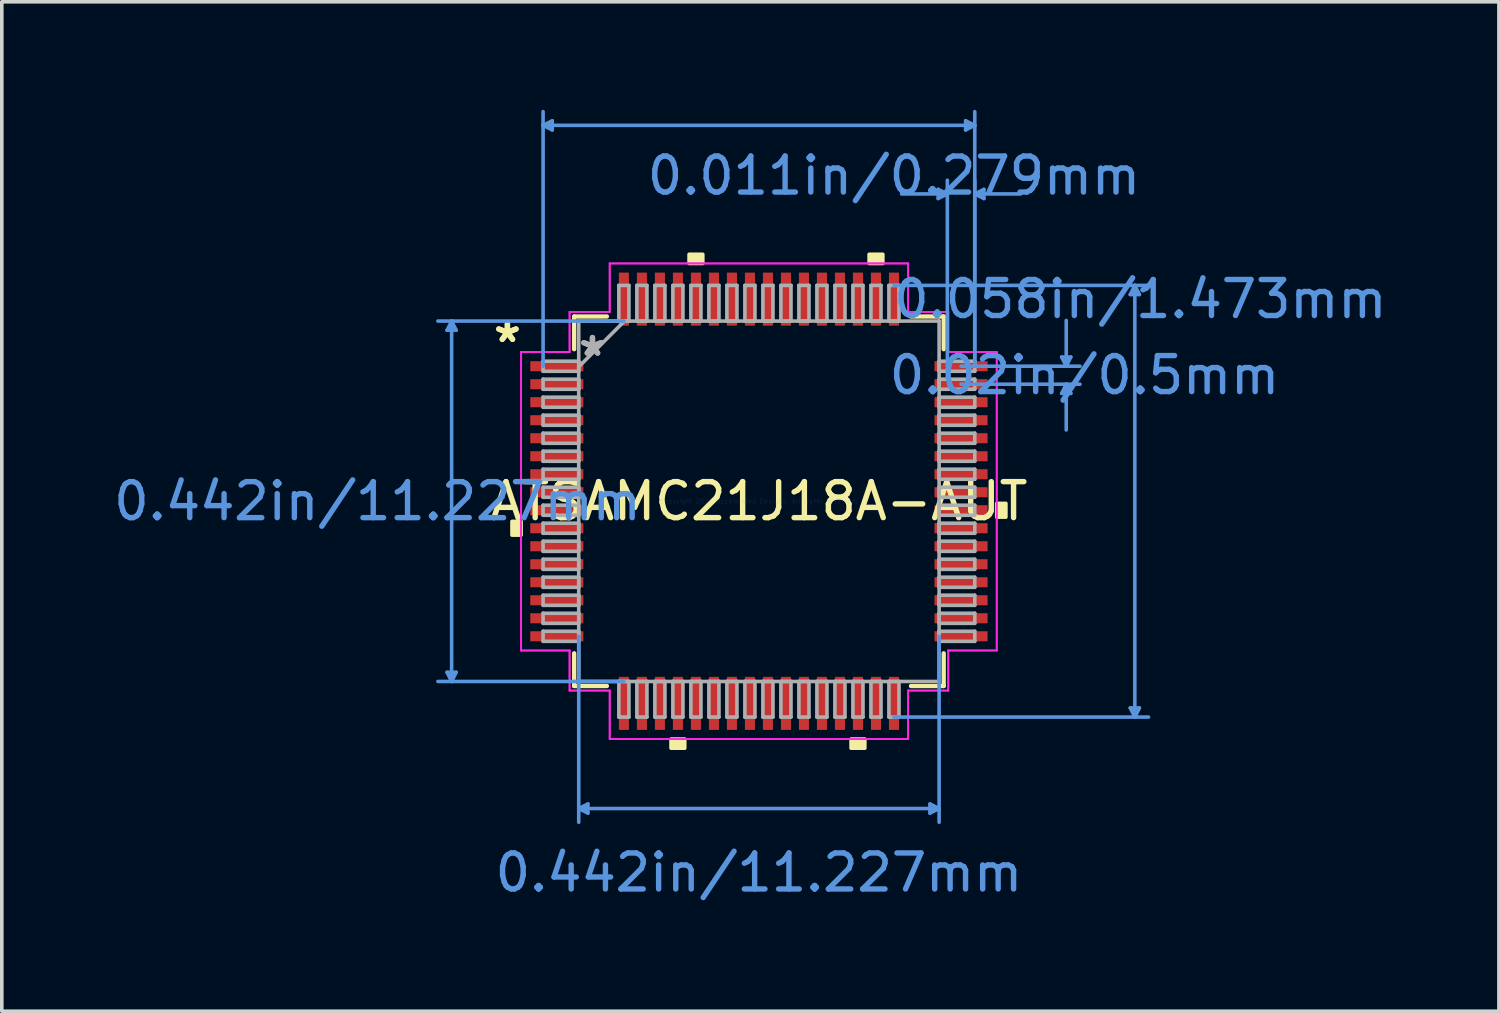
<source format=kicad_pcb>
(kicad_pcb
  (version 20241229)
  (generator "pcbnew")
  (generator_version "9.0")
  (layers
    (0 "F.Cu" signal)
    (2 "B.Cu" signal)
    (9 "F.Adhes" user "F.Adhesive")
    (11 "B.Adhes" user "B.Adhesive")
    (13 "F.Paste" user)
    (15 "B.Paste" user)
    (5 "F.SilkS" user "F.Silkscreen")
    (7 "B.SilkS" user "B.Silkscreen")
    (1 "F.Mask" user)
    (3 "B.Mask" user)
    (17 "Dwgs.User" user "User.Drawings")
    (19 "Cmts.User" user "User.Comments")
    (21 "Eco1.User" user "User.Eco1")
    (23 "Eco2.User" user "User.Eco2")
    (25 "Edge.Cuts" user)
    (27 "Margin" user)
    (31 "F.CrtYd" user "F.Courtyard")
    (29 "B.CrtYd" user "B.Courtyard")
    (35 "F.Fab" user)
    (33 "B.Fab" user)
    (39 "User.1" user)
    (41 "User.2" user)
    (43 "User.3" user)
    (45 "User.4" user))
  (footprint "ATSAMC21J18A-AUT"
    (layer "F.Cu")
    (at 18.026 10.87)
    (property "Reference" "ATSAMC21J18A-AUT" (at 0 0 0) (layer "F.SilkS") (effects (font (size 1 1) (thickness 0.15))))
    (attr through_hole)
    (fp_line (start -5.131 -5.131) (end -5.131 -4.222) (stroke (width 0.12) (type solid)) (layer "F.SilkS"))
    (fp_line (start -5.131 4.222) (end -5.131 5.131) (stroke (width 0.12) (type solid)) (layer "F.SilkS"))
    (fp_line (start -5.131 5.131) (end -4.222 5.131) (stroke (width 0.12) (type solid)) (layer "F.SilkS"))
    (fp_line (start -4.222 -5.131) (end -5.131 -5.131) (stroke (width 0.12) (type solid)) (layer "F.SilkS"))
    (fp_line (start 4.222 5.131) (end 5.131 5.131) (stroke (width 0.12) (type solid)) (layer "F.SilkS"))
    (fp_line (start 5.131 -5.131) (end 4.222 -5.131) (stroke (width 0.12) (type solid)) (layer "F.SilkS"))
    (fp_line (start 5.131 -4.222) (end 5.131 -5.131) (stroke (width 0.12) (type solid)) (layer "F.SilkS"))
    (fp_line (start 5.131 5.131) (end 5.131 4.222) (stroke (width 0.12) (type solid)) (layer "F.SilkS"))
    (fp_poly (pts (xy -6.858 0.56) (xy -6.858 0.941) (xy -6.604 0.941) (xy -6.604 0.56)) (stroke (width 0.1) (type solid)) (fill yes) (layer "F.SilkS"))
    (fp_poly (pts (xy -2.441 6.604) (xy -2.441 6.858) (xy -2.06 6.858) (xy -2.06 6.604)) (stroke (width 0.1) (type solid)) (fill yes) (layer "F.SilkS"))
    (fp_poly (pts (xy -1.94 -6.604) (xy -1.94 -6.858) (xy -1.559 -6.858) (xy -1.559 -6.604)) (stroke (width 0.1) (type solid)) (fill yes) (layer "F.SilkS"))
    (fp_poly (pts (xy 2.559 6.604) (xy 2.559 6.858) (xy 2.941 6.858) (xy 2.941 6.604)) (stroke (width 0.1) (type solid)) (fill yes) (layer "F.SilkS"))
    (fp_poly (pts (xy 3.06 -6.604) (xy 3.06 -6.858) (xy 3.441 -6.858) (xy 3.441 -6.604)) (stroke (width 0.1) (type solid)) (fill yes) (layer "F.SilkS"))
    (fp_poly (pts (xy 6.858 0.059) (xy 6.858 0.441) (xy 6.604 0.441) (xy 6.604 0.059)) (stroke (width 0.1) (type solid)) (fill yes) (layer "F.SilkS"))
    (fp_line (start -8.661 -4.75) (end -8.407 -4.75) (stroke (width 0.1) (type solid)) (layer "Cmts.User"))
    (fp_line (start -8.661 4.75) (end -8.407 4.75) (stroke (width 0.1) (type solid)) (layer "Cmts.User"))
    (fp_line (start -8.534 -5.004) (end -8.661 -4.75) (stroke (width 0.1) (type solid)) (layer "Cmts.User"))
    (fp_line (start -8.534 -5.004) (end -8.534 5.004) (stroke (width 0.1) (type solid)) (layer "Cmts.User"))
    (fp_line (start -8.534 -5.004) (end -8.407 -4.75) (stroke (width 0.1) (type solid)) (layer "Cmts.User"))
    (fp_line (start -8.534 5.004) (end -8.661 4.75) (stroke (width 0.1) (type solid)) (layer "Cmts.User"))
    (fp_line (start -8.534 5.004) (end -8.407 4.75) (stroke (width 0.1) (type solid)) (layer "Cmts.User"))
    (fp_line (start -5.994 -10.439) (end -5.74 -10.566) (stroke (width 0.1) (type solid)) (layer "Cmts.User"))
    (fp_line (start -5.994 -10.439) (end -5.74 -10.312) (stroke (width 0.1) (type solid)) (layer "Cmts.User"))
    (fp_line (start -5.994 -10.439) (end 5.994 -10.439) (stroke (width 0.1) (type solid)) (layer "Cmts.User"))
    (fp_line (start -5.994 -3.75) (end -5.994 -10.82) (stroke (width 0.1) (type solid)) (layer "Cmts.User"))
    (fp_line (start -5.74 -10.566) (end -5.74 -10.312) (stroke (width 0.1) (type solid)) (layer "Cmts.User"))
    (fp_line (start -5.004 3.75) (end -5.004 8.915) (stroke (width 0.1) (type solid)) (layer "Cmts.User"))
    (fp_line (start -5.004 8.534) (end -4.75 8.407) (stroke (width 0.1) (type solid)) (layer "Cmts.User"))
    (fp_line (start -5.004 8.534) (end -4.75 8.661) (stroke (width 0.1) (type solid)) (layer "Cmts.User"))
    (fp_line (start -5.004 8.534) (end 5.004 8.534) (stroke (width 0.1) (type solid)) (layer "Cmts.User"))
    (fp_line (start -4.75 8.407) (end -4.75 8.661) (stroke (width 0.1) (type solid)) (layer "Cmts.User"))
    (fp_line (start -3.75 -5.004) (end -8.915 -5.004) (stroke (width 0.1) (type solid)) (layer "Cmts.User"))
    (fp_line (start -3.75 5.004) (end -8.915 5.004) (stroke (width 0.1) (type solid)) (layer "Cmts.User"))
    (fp_line (start 3.75 -5.994) (end 10.82 -5.994) (stroke (width 0.1) (type solid)) (layer "Cmts.User"))
    (fp_line (start 3.75 5.994) (end 10.82 5.994) (stroke (width 0.1) (type solid)) (layer "Cmts.User"))
    (fp_line (start 4.75 8.407) (end 4.75 8.661) (stroke (width 0.1) (type solid)) (layer "Cmts.User"))
    (fp_line (start 4.978 -8.661) (end 4.978 -8.407) (stroke (width 0.1) (type solid)) (layer "Cmts.User"))
    (fp_line (start 5.004 3.75) (end 5.004 8.915) (stroke (width 0.1) (type solid)) (layer "Cmts.User"))
    (fp_line (start 5.004 8.534) (end 4.75 8.407) (stroke (width 0.1) (type solid)) (layer "Cmts.User"))
    (fp_line (start 5.004 8.534) (end 4.75 8.661) (stroke (width 0.1) (type solid)) (layer "Cmts.User"))
    (fp_line (start 5.232 -8.534) (end 3.962 -8.534) (stroke (width 0.1) (type solid)) (layer "Cmts.User"))
    (fp_line (start 5.232 -8.534) (end 4.978 -8.661) (stroke (width 0.1) (type solid)) (layer "Cmts.User"))
    (fp_line (start 5.232 -8.534) (end 4.978 -8.407) (stroke (width 0.1) (type solid)) (layer "Cmts.User"))
    (fp_line (start 5.232 -3.75) (end 5.232 -8.915) (stroke (width 0.1) (type solid)) (layer "Cmts.User"))
    (fp_line (start 5.613 -3.75) (end 8.915 -3.75) (stroke (width 0.1) (type solid)) (layer "Cmts.User"))
    (fp_line (start 5.613 -3.25) (end 8.915 -3.25) (stroke (width 0.1) (type solid)) (layer "Cmts.User"))
    (fp_line (start 5.74 -10.566) (end 5.74 -10.312) (stroke (width 0.1) (type solid)) (layer "Cmts.User"))
    (fp_line (start 5.994 -10.439) (end 5.74 -10.566) (stroke (width 0.1) (type solid)) (layer "Cmts.User"))
    (fp_line (start 5.994 -10.439) (end 5.74 -10.312) (stroke (width 0.1) (type solid)) (layer "Cmts.User"))
    (fp_line (start 5.994 -8.534) (end 6.248 -8.661) (stroke (width 0.1) (type solid)) (layer "Cmts.User"))
    (fp_line (start 5.994 -8.534) (end 6.248 -8.407) (stroke (width 0.1) (type solid)) (layer "Cmts.User"))
    (fp_line (start 5.994 -8.534) (end 7.264 -8.534) (stroke (width 0.1) (type solid)) (layer "Cmts.User"))
    (fp_line (start 5.994 -3.75) (end 5.994 -10.82) (stroke (width 0.1) (type solid)) (layer "Cmts.User"))
    (fp_line (start 5.994 -3.75) (end 5.994 -8.915) (stroke (width 0.1) (type solid)) (layer "Cmts.User"))
    (fp_line (start 6.248 -8.661) (end 6.248 -8.407) (stroke (width 0.1) (type solid)) (layer "Cmts.User"))
    (fp_line (start 8.407 -4.004) (end 8.661 -4.004) (stroke (width 0.1) (type solid)) (layer "Cmts.User"))
    (fp_line (start 8.407 -2.996) (end 8.661 -2.996) (stroke (width 0.1) (type solid)) (layer "Cmts.User"))
    (fp_line (start 8.534 -3.75) (end 8.407 -4.004) (stroke (width 0.1) (type solid)) (layer "Cmts.User"))
    (fp_line (start 8.534 -3.75) (end 8.534 -5.02) (stroke (width 0.1) (type solid)) (layer "Cmts.User"))
    (fp_line (start 8.534 -3.75) (end 8.661 -4.004) (stroke (width 0.1) (type solid)) (layer "Cmts.User"))
    (fp_line (start 8.534 -3.25) (end 8.407 -2.996) (stroke (width 0.1) (type solid)) (layer "Cmts.User"))
    (fp_line (start 8.534 -3.25) (end 8.534 -1.98) (stroke (width 0.1) (type solid)) (layer "Cmts.User"))
    (fp_line (start 8.534 -3.25) (end 8.661 -2.996) (stroke (width 0.1) (type solid)) (layer "Cmts.User"))
    (fp_line (start 10.312 -5.74) (end 10.566 -5.74) (stroke (width 0.1) (type solid)) (layer "Cmts.User"))
    (fp_line (start 10.312 5.74) (end 10.566 5.74) (stroke (width 0.1) (type solid)) (layer "Cmts.User"))
    (fp_line (start 10.439 -5.994) (end 10.312 -5.74) (stroke (width 0.1) (type solid)) (layer "Cmts.User"))
    (fp_line (start 10.439 -5.994) (end 10.439 5.994) (stroke (width 0.1) (type solid)) (layer "Cmts.User"))
    (fp_line (start 10.439 -5.994) (end 10.566 -5.74) (stroke (width 0.1) (type solid)) (layer "Cmts.User"))
    (fp_line (start 10.439 5.994) (end 10.312 5.74) (stroke (width 0.1) (type solid)) (layer "Cmts.User"))
    (fp_line (start 10.439 5.994) (end 10.566 5.74) (stroke (width 0.1) (type solid)) (layer "Cmts.User"))
    (fp_line (start -6.604 -4.144) (end -5.258 -4.144) (stroke (width 0.05) (type solid)) (layer "F.CrtYd"))
    (fp_line (start -6.604 -4.144) (end -5.258 -4.144) (stroke (width 0.05) (type solid)) (layer "F.CrtYd"))
    (fp_line (start -6.604 4.144) (end -6.604 -4.144) (stroke (width 0.05) (type solid)) (layer "F.CrtYd"))
    (fp_line (start -6.604 4.144) (end -6.604 -4.144) (stroke (width 0.05) (type solid)) (layer "F.CrtYd"))
    (fp_line (start -5.258 -5.258) (end -4.144 -5.258) (stroke (width 0.05) (type solid)) (layer "F.CrtYd"))
    (fp_line (start -5.258 -5.258) (end -4.144 -5.258) (stroke (width 0.05) (type solid)) (layer "F.CrtYd"))
    (fp_line (start -5.258 -4.144) (end -5.258 -5.258) (stroke (width 0.05) (type solid)) (layer "F.CrtYd"))
    (fp_line (start -5.258 -4.144) (end -5.258 -5.258) (stroke (width 0.05) (type solid)) (layer "F.CrtYd"))
    (fp_line (start -5.258 4.144) (end -6.604 4.144) (stroke (width 0.05) (type solid)) (layer "F.CrtYd"))
    (fp_line (start -5.258 4.144) (end -6.604 4.144) (stroke (width 0.05) (type solid)) (layer "F.CrtYd"))
    (fp_line (start -5.258 5.258) (end -5.258 4.144) (stroke (width 0.05) (type solid)) (layer "F.CrtYd"))
    (fp_line (start -5.258 5.258) (end -5.258 4.144) (stroke (width 0.05) (type solid)) (layer "F.CrtYd"))
    (fp_line (start -5.258 5.258) (end -4.144 5.258) (stroke (width 0.05) (type solid)) (layer "F.CrtYd"))
    (fp_line (start -4.144 -6.604) (end 4.144 -6.604) (stroke (width 0.05) (type solid)) (layer "F.CrtYd"))
    (fp_line (start -4.144 -6.604) (end 4.144 -6.604) (stroke (width 0.05) (type solid)) (layer "F.CrtYd"))
    (fp_line (start -4.144 -5.258) (end -4.144 -6.604) (stroke (width 0.05) (type solid)) (layer "F.CrtYd"))
    (fp_line (start -4.144 -5.258) (end -4.144 -6.604) (stroke (width 0.05) (type solid)) (layer "F.CrtYd"))
    (fp_line (start -4.144 5.258) (end -5.258 5.258) (stroke (width 0.05) (type solid)) (layer "F.CrtYd"))
    (fp_line (start -4.144 5.258) (end -4.144 6.604) (stroke (width 0.05) (type solid)) (layer "F.CrtYd"))
    (fp_line (start -4.144 6.604) (end -4.144 5.258) (stroke (width 0.05) (type solid)) (layer "F.CrtYd"))
    (fp_line (start -4.144 6.604) (end 4.144 6.604) (stroke (width 0.05) (type solid)) (layer "F.CrtYd"))
    (fp_line (start 4.144 -6.604) (end 4.144 -5.258) (stroke (width 0.05) (type solid)) (layer "F.CrtYd"))
    (fp_line (start 4.144 -6.604) (end 4.144 -5.258) (stroke (width 0.05) (type solid)) (layer "F.CrtYd"))
    (fp_line (start 4.144 -5.258) (end 5.258 -5.258) (stroke (width 0.05) (type solid)) (layer "F.CrtYd"))
    (fp_line (start 4.144 -5.258) (end 5.258 -5.258) (stroke (width 0.05) (type solid)) (layer "F.CrtYd"))
    (fp_line (start 4.144 5.258) (end 4.144 6.604) (stroke (width 0.05) (type solid)) (layer "F.CrtYd"))
    (fp_line (start 4.144 5.258) (end 5.258 5.258) (stroke (width 0.05) (type solid)) (layer "F.CrtYd"))
    (fp_line (start 4.144 6.604) (end -4.144 6.604) (stroke (width 0.05) (type solid)) (layer "F.CrtYd"))
    (fp_line (start 4.144 6.604) (end 4.144 5.258) (stroke (width 0.05) (type solid)) (layer "F.CrtYd"))
    (fp_line (start 5.258 -5.258) (end 5.258 -4.144) (stroke (width 0.05) (type solid)) (layer "F.CrtYd"))
    (fp_line (start 5.258 -4.144) (end 5.258 -5.258) (stroke (width 0.05) (type solid)) (layer "F.CrtYd"))
    (fp_line (start 5.258 -4.144) (end 6.604 -4.144) (stroke (width 0.05) (type solid)) (layer "F.CrtYd"))
    (fp_line (start 5.258 4.144) (end 5.258 5.258) (stroke (width 0.05) (type solid)) (layer "F.CrtYd"))
    (fp_line (start 5.258 4.144) (end 6.604 4.144) (stroke (width 0.05) (type solid)) (layer "F.CrtYd"))
    (fp_line (start 5.258 5.258) (end 4.144 5.258) (stroke (width 0.05) (type solid)) (layer "F.CrtYd"))
    (fp_line (start 5.258 5.258) (end 5.258 4.144) (stroke (width 0.05) (type solid)) (layer "F.CrtYd"))
    (fp_line (start 6.604 -4.144) (end 5.258 -4.144) (stroke (width 0.05) (type solid)) (layer "F.CrtYd"))
    (fp_line (start 6.604 -4.144) (end 6.604 4.144) (stroke (width 0.05) (type solid)) (layer "F.CrtYd"))
    (fp_line (start 6.604 4.144) (end 5.258 4.144) (stroke (width 0.05) (type solid)) (layer "F.CrtYd"))
    (fp_line (start 6.604 4.144) (end 6.604 -4.144) (stroke (width 0.05) (type solid)) (layer "F.CrtYd"))
    (fp_line (start -5.994 -3.89) (end -5.994 -3.61) (stroke (width 0.1) (type solid)) (layer "F.Fab"))
    (fp_line (start -5.994 -3.61) (end -5.004 -3.61) (stroke (width 0.1) (type solid)) (layer "F.Fab"))
    (fp_line (start -5.994 -3.39) (end -5.994 -3.11) (stroke (width 0.1) (type solid)) (layer "F.Fab"))
    (fp_line (start -5.994 -3.11) (end -5.004 -3.11) (stroke (width 0.1) (type solid)) (layer "F.Fab"))
    (fp_line (start -5.994 -2.89) (end -5.994 -2.61) (stroke (width 0.1) (type solid)) (layer "F.Fab"))
    (fp_line (start -5.994 -2.61) (end -5.004 -2.61) (stroke (width 0.1) (type solid)) (layer "F.Fab"))
    (fp_line (start -5.994 -2.39) (end -5.994 -2.11) (stroke (width 0.1) (type solid)) (layer "F.Fab"))
    (fp_line (start -5.994 -2.11) (end -5.004 -2.11) (stroke (width 0.1) (type solid)) (layer "F.Fab"))
    (fp_line (start -5.994 -1.89) (end -5.994 -1.61) (stroke (width 0.1) (type solid)) (layer "F.Fab"))
    (fp_line (start -5.994 -1.61) (end -5.004 -1.61) (stroke (width 0.1) (type solid)) (layer "F.Fab"))
    (fp_line (start -5.994 -1.39) (end -5.994 -1.11) (stroke (width 0.1) (type solid)) (layer "F.Fab"))
    (fp_line (start -5.994 -1.11) (end -5.004 -1.11) (stroke (width 0.1) (type solid)) (layer "F.Fab"))
    (fp_line (start -5.994 -0.89) (end -5.994 -0.61) (stroke (width 0.1) (type solid)) (layer "F.Fab"))
    (fp_line (start -5.994 -0.61) (end -5.004 -0.61) (stroke (width 0.1) (type solid)) (layer "F.Fab"))
    (fp_line (start -5.994 -0.39) (end -5.994 -0.11) (stroke (width 0.1) (type solid)) (layer "F.Fab"))
    (fp_line (start -5.994 -0.11) (end -5.004 -0.11) (stroke (width 0.1) (type solid)) (layer "F.Fab"))
    (fp_line (start -5.994 0.11) (end -5.994 0.39) (stroke (width 0.1) (type solid)) (layer "F.Fab"))
    (fp_line (start -5.994 0.39) (end -5.004 0.39) (stroke (width 0.1) (type solid)) (layer "F.Fab"))
    (fp_line (start -5.994 0.61) (end -5.994 0.89) (stroke (width 0.1) (type solid)) (layer "F.Fab"))
    (fp_line (start -5.994 0.89) (end -5.004 0.89) (stroke (width 0.1) (type solid)) (layer "F.Fab"))
    (fp_line (start -5.994 1.11) (end -5.994 1.39) (stroke (width 0.1) (type solid)) (layer "F.Fab"))
    (fp_line (start -5.994 1.39) (end -5.004 1.39) (stroke (width 0.1) (type solid)) (layer "F.Fab"))
    (fp_line (start -5.994 1.61) (end -5.994 1.89) (stroke (width 0.1) (type solid)) (layer "F.Fab"))
    (fp_line (start -5.994 1.89) (end -5.004 1.89) (stroke (width 0.1) (type solid)) (layer "F.Fab"))
    (fp_line (start -5.994 2.11) (end -5.994 2.39) (stroke (width 0.1) (type solid)) (layer "F.Fab"))
    (fp_line (start -5.994 2.39) (end -5.004 2.39) (stroke (width 0.1) (type solid)) (layer "F.Fab"))
    (fp_line (start -5.994 2.61) (end -5.994 2.89) (stroke (width 0.1) (type solid)) (layer "F.Fab"))
    (fp_line (start -5.994 2.89) (end -5.004 2.89) (stroke (width 0.1) (type solid)) (layer "F.Fab"))
    (fp_line (start -5.994 3.11) (end -5.994 3.39) (stroke (width 0.1) (type solid)) (layer "F.Fab"))
    (fp_line (start -5.994 3.39) (end -5.004 3.39) (stroke (width 0.1) (type solid)) (layer "F.Fab"))
    (fp_line (start -5.994 3.61) (end -5.994 3.89) (stroke (width 0.1) (type solid)) (layer "F.Fab"))
    (fp_line (start -5.994 3.89) (end -5.004 3.89) (stroke (width 0.1) (type solid)) (layer "F.Fab"))
    (fp_line (start -5.004 -5.004) (end -5.004 -5.004) (stroke (width 0.1) (type solid)) (layer "F.Fab"))
    (fp_line (start -5.004 -5.004) (end -5.004 5.004) (stroke (width 0.1) (type solid)) (layer "F.Fab"))
    (fp_line (start -5.004 -3.89) (end -5.994 -3.89) (stroke (width 0.1) (type solid)) (layer "F.Fab"))
    (fp_line (start -5.004 -3.734) (end -3.734 -5.004) (stroke (width 0.1) (type solid)) (layer "F.Fab"))
    (fp_line (start -5.004 -3.61) (end -5.004 -3.89) (stroke (width 0.1) (type solid)) (layer "F.Fab"))
    (fp_line (start -5.004 -3.39) (end -5.994 -3.39) (stroke (width 0.1) (type solid)) (layer "F.Fab"))
    (fp_line (start -5.004 -3.11) (end -5.004 -3.39) (stroke (width 0.1) (type solid)) (layer "F.Fab"))
    (fp_line (start -5.004 -2.89) (end -5.994 -2.89) (stroke (width 0.1) (type solid)) (layer "F.Fab"))
    (fp_line (start -5.004 -2.61) (end -5.004 -2.89) (stroke (width 0.1) (type solid)) (layer "F.Fab"))
    (fp_line (start -5.004 -2.39) (end -5.994 -2.39) (stroke (width 0.1) (type solid)) (layer "F.Fab"))
    (fp_line (start -5.004 -2.11) (end -5.004 -2.39) (stroke (width 0.1) (type solid)) (layer "F.Fab"))
    (fp_line (start -5.004 -1.89) (end -5.994 -1.89) (stroke (width 0.1) (type solid)) (layer "F.Fab"))
    (fp_line (start -5.004 -1.61) (end -5.004 -1.89) (stroke (width 0.1) (type solid)) (layer "F.Fab"))
    (fp_line (start -5.004 -1.39) (end -5.994 -1.39) (stroke (width 0.1) (type solid)) (layer "F.Fab"))
    (fp_line (start -5.004 -1.11) (end -5.004 -1.39) (stroke (width 0.1) (type solid)) (layer "F.Fab"))
    (fp_line (start -5.004 -0.89) (end -5.994 -0.89) (stroke (width 0.1) (type solid)) (layer "F.Fab"))
    (fp_line (start -5.004 -0.61) (end -5.004 -0.89) (stroke (width 0.1) (type solid)) (layer "F.Fab"))
    (fp_line (start -5.004 -0.39) (end -5.994 -0.39) (stroke (width 0.1) (type solid)) (layer "F.Fab"))
    (fp_line (start -5.004 -0.11) (end -5.004 -0.39) (stroke (width 0.1) (type solid)) (layer "F.Fab"))
    (fp_line (start -5.004 0.11) (end -5.994 0.11) (stroke (width 0.1) (type solid)) (layer "F.Fab"))
    (fp_line (start -5.004 0.39) (end -5.004 0.11) (stroke (width 0.1) (type solid)) (layer "F.Fab"))
    (fp_line (start -5.004 0.61) (end -5.994 0.61) (stroke (width 0.1) (type solid)) (layer "F.Fab"))
    (fp_line (start -5.004 0.89) (end -5.004 0.61) (stroke (width 0.1) (type solid)) (layer "F.Fab"))
    (fp_line (start -5.004 1.11) (end -5.994 1.11) (stroke (width 0.1) (type solid)) (layer "F.Fab"))
    (fp_line (start -5.004 1.39) (end -5.004 1.11) (stroke (width 0.1) (type solid)) (layer "F.Fab"))
    (fp_line (start -5.004 1.61) (end -5.994 1.61) (stroke (width 0.1) (type solid)) (layer "F.Fab"))
    (fp_line (start -5.004 1.89) (end -5.004 1.61) (stroke (width 0.1) (type solid)) (layer "F.Fab"))
    (fp_line (start -5.004 2.11) (end -5.994 2.11) (stroke (width 0.1) (type solid)) (layer "F.Fab"))
    (fp_line (start -5.004 2.39) (end -5.004 2.11) (stroke (width 0.1) (type solid)) (layer "F.Fab"))
    (fp_line (start -5.004 2.61) (end -5.994 2.61) (stroke (width 0.1) (type solid)) (layer "F.Fab"))
    (fp_line (start -5.004 2.89) (end -5.004 2.61) (stroke (width 0.1) (type solid)) (layer "F.Fab"))
    (fp_line (start -5.004 3.11) (end -5.994 3.11) (stroke (width 0.1) (type solid)) (layer "F.Fab"))
    (fp_line (start -5.004 3.39) (end -5.004 3.11) (stroke (width 0.1) (type solid)) (layer "F.Fab"))
    (fp_line (start -5.004 3.61) (end -5.994 3.61) (stroke (width 0.1) (type solid)) (layer "F.Fab"))
    (fp_line (start -5.004 3.89) (end -5.004 3.61) (stroke (width 0.1) (type solid)) (layer "F.Fab"))
    (fp_line (start -5.004 5.004) (end -5.004 5.004) (stroke (width 0.1) (type solid)) (layer "F.Fab"))
    (fp_line (start -5.004 5.004) (end 5.004 5.004) (stroke (width 0.1) (type solid)) (layer "F.Fab"))
    (fp_line (start -3.89 -5.994) (end -3.89 -5.004) (stroke (width 0.1) (type solid)) (layer "F.Fab"))
    (fp_line (start -3.89 -5.004) (end -3.61 -5.004) (stroke (width 0.1) (type solid)) (layer "F.Fab"))
    (fp_line (start -3.89 5.004) (end -3.89 5.994) (stroke (width 0.1) (type solid)) (layer "F.Fab"))
    (fp_line (start -3.89 5.994) (end -3.61 5.994) (stroke (width 0.1) (type solid)) (layer "F.Fab"))
    (fp_line (start -3.61 -5.994) (end -3.89 -5.994) (stroke (width 0.1) (type solid)) (layer "F.Fab"))
    (fp_line (start -3.61 -5.004) (end -3.61 -5.994) (stroke (width 0.1) (type solid)) (layer "F.Fab"))
    (fp_line (start -3.61 5.004) (end -3.89 5.004) (stroke (width 0.1) (type solid)) (layer "F.Fab"))
    (fp_line (start -3.61 5.994) (end -3.61 5.004) (stroke (width 0.1) (type solid)) (layer "F.Fab"))
    (fp_line (start -3.39 -5.994) (end -3.39 -5.004) (stroke (width 0.1) (type solid)) (layer "F.Fab"))
    (fp_line (start -3.39 -5.004) (end -3.11 -5.004) (stroke (width 0.1) (type solid)) (layer "F.Fab"))
    (fp_line (start -3.39 5.004) (end -3.39 5.994) (stroke (width 0.1) (type solid)) (layer "F.Fab"))
    (fp_line (start -3.39 5.994) (end -3.11 5.994) (stroke (width 0.1) (type solid)) (layer "F.Fab"))
    (fp_line (start -3.11 -5.994) (end -3.39 -5.994) (stroke (width 0.1) (type solid)) (layer "F.Fab"))
    (fp_line (start -3.11 -5.004) (end -3.11 -5.994) (stroke (width 0.1) (type solid)) (layer "F.Fab"))
    (fp_line (start -3.11 5.004) (end -3.39 5.004) (stroke (width 0.1) (type solid)) (layer "F.Fab"))
    (fp_line (start -3.11 5.994) (end -3.11 5.004) (stroke (width 0.1) (type solid)) (layer "F.Fab"))
    (fp_line (start -2.89 -5.994) (end -2.89 -5.004) (stroke (width 0.1) (type solid)) (layer "F.Fab"))
    (fp_line (start -2.89 -5.004) (end -2.61 -5.004) (stroke (width 0.1) (type solid)) (layer "F.Fab"))
    (fp_line (start -2.89 5.004) (end -2.89 5.994) (stroke (width 0.1) (type solid)) (layer "F.Fab"))
    (fp_line (start -2.89 5.994) (end -2.61 5.994) (stroke (width 0.1) (type solid)) (layer "F.Fab"))
    (fp_line (start -2.61 -5.994) (end -2.89 -5.994) (stroke (width 0.1) (type solid)) (layer "F.Fab"))
    (fp_line (start -2.61 -5.004) (end -2.61 -5.994) (stroke (width 0.1) (type solid)) (layer "F.Fab"))
    (fp_line (start -2.61 5.004) (end -2.89 5.004) (stroke (width 0.1) (type solid)) (layer "F.Fab"))
    (fp_line (start -2.61 5.994) (end -2.61 5.004) (stroke (width 0.1) (type solid)) (layer "F.Fab"))
    (fp_line (start -2.39 -5.994) (end -2.39 -5.004) (stroke (width 0.1) (type solid)) (layer "F.Fab"))
    (fp_line (start -2.39 -5.004) (end -2.11 -5.004) (stroke (width 0.1) (type solid)) (layer "F.Fab"))
    (fp_line (start -2.39 5.004) (end -2.39 5.994) (stroke (width 0.1) (type solid)) (layer "F.Fab"))
    (fp_line (start -2.39 5.994) (end -2.11 5.994) (stroke (width 0.1) (type solid)) (layer "F.Fab"))
    (fp_line (start -2.11 -5.994) (end -2.39 -5.994) (stroke (width 0.1) (type solid)) (layer "F.Fab"))
    (fp_line (start -2.11 -5.004) (end -2.11 -5.994) (stroke (width 0.1) (type solid)) (layer "F.Fab"))
    (fp_line (start -2.11 5.004) (end -2.39 5.004) (stroke (width 0.1) (type solid)) (layer "F.Fab"))
    (fp_line (start -2.11 5.994) (end -2.11 5.004) (stroke (width 0.1) (type solid)) (layer "F.Fab"))
    (fp_line (start -1.89 -5.994) (end -1.89 -5.004) (stroke (width 0.1) (type solid)) (layer "F.Fab"))
    (fp_line (start -1.89 -5.004) (end -1.61 -5.004) (stroke (width 0.1) (type solid)) (layer "F.Fab"))
    (fp_line (start -1.89 5.004) (end -1.89 5.994) (stroke (width 0.1) (type solid)) (layer "F.Fab"))
    (fp_line (start -1.89 5.994) (end -1.61 5.994) (stroke (width 0.1) (type solid)) (layer "F.Fab"))
    (fp_line (start -1.61 -5.994) (end -1.89 -5.994) (stroke (width 0.1) (type solid)) (layer "F.Fab"))
    (fp_line (start -1.61 -5.004) (end -1.61 -5.994) (stroke (width 0.1) (type solid)) (layer "F.Fab"))
    (fp_line (start -1.61 5.004) (end -1.89 5.004) (stroke (width 0.1) (type solid)) (layer "F.Fab"))
    (fp_line (start -1.61 5.994) (end -1.61 5.004) (stroke (width 0.1) (type solid)) (layer "F.Fab"))
    (fp_line (start -1.39 -5.994) (end -1.39 -5.004) (stroke (width 0.1) (type solid)) (layer "F.Fab"))
    (fp_line (start -1.39 -5.004) (end -1.11 -5.004) (stroke (width 0.1) (type solid)) (layer "F.Fab"))
    (fp_line (start -1.39 5.004) (end -1.39 5.994) (stroke (width 0.1) (type solid)) (layer "F.Fab"))
    (fp_line (start -1.39 5.994) (end -1.11 5.994) (stroke (width 0.1) (type solid)) (layer "F.Fab"))
    (fp_line (start -1.11 -5.994) (end -1.39 -5.994) (stroke (width 0.1) (type solid)) (layer "F.Fab"))
    (fp_line (start -1.11 -5.004) (end -1.11 -5.994) (stroke (width 0.1) (type solid)) (layer "F.Fab"))
    (fp_line (start -1.11 5.004) (end -1.39 5.004) (stroke (width 0.1) (type solid)) (layer "F.Fab"))
    (fp_line (start -1.11 5.994) (end -1.11 5.004) (stroke (width 0.1) (type solid)) (layer "F.Fab"))
    (fp_line (start -0.89 -5.994) (end -0.89 -5.004) (stroke (width 0.1) (type solid)) (layer "F.Fab"))
    (fp_line (start -0.89 -5.004) (end -0.61 -5.004) (stroke (width 0.1) (type solid)) (layer "F.Fab"))
    (fp_line (start -0.89 5.004) (end -0.89 5.994) (stroke (width 0.1) (type solid)) (layer "F.Fab"))
    (fp_line (start -0.89 5.994) (end -0.61 5.994) (stroke (width 0.1) (type solid)) (layer "F.Fab"))
    (fp_line (start -0.61 -5.994) (end -0.89 -5.994) (stroke (width 0.1) (type solid)) (layer "F.Fab"))
    (fp_line (start -0.61 -5.004) (end -0.61 -5.994) (stroke (width 0.1) (type solid)) (layer "F.Fab"))
    (fp_line (start -0.61 5.004) (end -0.89 5.004) (stroke (width 0.1) (type solid)) (layer "F.Fab"))
    (fp_line (start -0.61 5.994) (end -0.61 5.004) (stroke (width 0.1) (type solid)) (layer "F.Fab"))
    (fp_line (start -0.39 -5.994) (end -0.39 -5.004) (stroke (width 0.1) (type solid)) (layer "F.Fab"))
    (fp_line (start -0.39 -5.004) (end -0.11 -5.004) (stroke (width 0.1) (type solid)) (layer "F.Fab"))
    (fp_line (start -0.39 5.004) (end -0.39 5.994) (stroke (width 0.1) (type solid)) (layer "F.Fab"))
    (fp_line (start -0.39 5.994) (end -0.11 5.994) (stroke (width 0.1) (type solid)) (layer "F.Fab"))
    (fp_line (start -0.11 -5.994) (end -0.39 -5.994) (stroke (width 0.1) (type solid)) (layer "F.Fab"))
    (fp_line (start -0.11 -5.004) (end -0.11 -5.994) (stroke (width 0.1) (type solid)) (layer "F.Fab"))
    (fp_line (start -0.11 5.004) (end -0.39 5.004) (stroke (width 0.1) (type solid)) (layer "F.Fab"))
    (fp_line (start -0.11 5.994) (end -0.11 5.004) (stroke (width 0.1) (type solid)) (layer "F.Fab"))
    (fp_line (start 0.11 -5.994) (end 0.11 -5.004) (stroke (width 0.1) (type solid)) (layer "F.Fab"))
    (fp_line (start 0.11 -5.004) (end 0.39 -5.004) (stroke (width 0.1) (type solid)) (layer "F.Fab"))
    (fp_line (start 0.11 5.004) (end 0.11 5.994) (stroke (width 0.1) (type solid)) (layer "F.Fab"))
    (fp_line (start 0.11 5.994) (end 0.39 5.994) (stroke (width 0.1) (type solid)) (layer "F.Fab"))
    (fp_line (start 0.39 -5.994) (end 0.11 -5.994) (stroke (width 0.1) (type solid)) (layer "F.Fab"))
    (fp_line (start 0.39 -5.004) (end 0.39 -5.994) (stroke (width 0.1) (type solid)) (layer "F.Fab"))
    (fp_line (start 0.39 5.004) (end 0.11 5.004) (stroke (width 0.1) (type solid)) (layer "F.Fab"))
    (fp_line (start 0.39 5.994) (end 0.39 5.004) (stroke (width 0.1) (type solid)) (layer "F.Fab"))
    (fp_line (start 0.61 -5.994) (end 0.61 -5.004) (stroke (width 0.1) (type solid)) (layer "F.Fab"))
    (fp_line (start 0.61 -5.004) (end 0.89 -5.004) (stroke (width 0.1) (type solid)) (layer "F.Fab"))
    (fp_line (start 0.61 5.004) (end 0.61 5.994) (stroke (width 0.1) (type solid)) (layer "F.Fab"))
    (fp_line (start 0.61 5.994) (end 0.89 5.994) (stroke (width 0.1) (type solid)) (layer "F.Fab"))
    (fp_line (start 0.89 -5.994) (end 0.61 -5.994) (stroke (width 0.1) (type solid)) (layer "F.Fab"))
    (fp_line (start 0.89 -5.004) (end 0.89 -5.994) (stroke (width 0.1) (type solid)) (layer "F.Fab"))
    (fp_line (start 0.89 5.004) (end 0.61 5.004) (stroke (width 0.1) (type solid)) (layer "F.Fab"))
    (fp_line (start 0.89 5.994) (end 0.89 5.004) (stroke (width 0.1) (type solid)) (layer "F.Fab"))
    (fp_line (start 1.11 -5.994) (end 1.11 -5.004) (stroke (width 0.1) (type solid)) (layer "F.Fab"))
    (fp_line (start 1.11 -5.004) (end 1.39 -5.004) (stroke (width 0.1) (type solid)) (layer "F.Fab"))
    (fp_line (start 1.11 5.004) (end 1.11 5.994) (stroke (width 0.1) (type solid)) (layer "F.Fab"))
    (fp_line (start 1.11 5.994) (end 1.39 5.994) (stroke (width 0.1) (type solid)) (layer "F.Fab"))
    (fp_line (start 1.39 -5.994) (end 1.11 -5.994) (stroke (width 0.1) (type solid)) (layer "F.Fab"))
    (fp_line (start 1.39 -5.004) (end 1.39 -5.994) (stroke (width 0.1) (type solid)) (layer "F.Fab"))
    (fp_line (start 1.39 5.004) (end 1.11 5.004) (stroke (width 0.1) (type solid)) (layer "F.Fab"))
    (fp_line (start 1.39 5.994) (end 1.39 5.004) (stroke (width 0.1) (type solid)) (layer "F.Fab"))
    (fp_line (start 1.61 -5.994) (end 1.61 -5.004) (stroke (width 0.1) (type solid)) (layer "F.Fab"))
    (fp_line (start 1.61 -5.004) (end 1.89 -5.004) (stroke (width 0.1) (type solid)) (layer "F.Fab"))
    (fp_line (start 1.61 5.004) (end 1.61 5.994) (stroke (width 0.1) (type solid)) (layer "F.Fab"))
    (fp_line (start 1.61 5.994) (end 1.89 5.994) (stroke (width 0.1) (type solid)) (layer "F.Fab"))
    (fp_line (start 1.89 -5.994) (end 1.61 -5.994) (stroke (width 0.1) (type solid)) (layer "F.Fab"))
    (fp_line (start 1.89 -5.004) (end 1.89 -5.994) (stroke (width 0.1) (type solid)) (layer "F.Fab"))
    (fp_line (start 1.89 5.004) (end 1.61 5.004) (stroke (width 0.1) (type solid)) (layer "F.Fab"))
    (fp_line (start 1.89 5.994) (end 1.89 5.004) (stroke (width 0.1) (type solid)) (layer "F.Fab"))
    (fp_line (start 2.11 -5.994) (end 2.11 -5.004) (stroke (width 0.1) (type solid)) (layer "F.Fab"))
    (fp_line (start 2.11 -5.004) (end 2.39 -5.004) (stroke (width 0.1) (type solid)) (layer "F.Fab"))
    (fp_line (start 2.11 5.004) (end 2.11 5.994) (stroke (width 0.1) (type solid)) (layer "F.Fab"))
    (fp_line (start 2.11 5.994) (end 2.39 5.994) (stroke (width 0.1) (type solid)) (layer "F.Fab"))
    (fp_line (start 2.39 -5.994) (end 2.11 -5.994) (stroke (width 0.1) (type solid)) (layer "F.Fab"))
    (fp_line (start 2.39 -5.004) (end 2.39 -5.994) (stroke (width 0.1) (type solid)) (layer "F.Fab"))
    (fp_line (start 2.39 5.004) (end 2.11 5.004) (stroke (width 0.1) (type solid)) (layer "F.Fab"))
    (fp_line (start 2.39 5.994) (end 2.39 5.004) (stroke (width 0.1) (type solid)) (layer "F.Fab"))
    (fp_line (start 2.61 -5.994) (end 2.61 -5.004) (stroke (width 0.1) (type solid)) (layer "F.Fab"))
    (fp_line (start 2.61 -5.004) (end 2.89 -5.004) (stroke (width 0.1) (type solid)) (layer "F.Fab"))
    (fp_line (start 2.61 5.004) (end 2.61 5.994) (stroke (width 0.1) (type solid)) (layer "F.Fab"))
    (fp_line (start 2.61 5.994) (end 2.89 5.994) (stroke (width 0.1) (type solid)) (layer "F.Fab"))
    (fp_line (start 2.89 -5.994) (end 2.61 -5.994) (stroke (width 0.1) (type solid)) (layer "F.Fab"))
    (fp_line (start 2.89 -5.004) (end 2.89 -5.994) (stroke (width 0.1) (type solid)) (layer "F.Fab"))
    (fp_line (start 2.89 5.004) (end 2.61 5.004) (stroke (width 0.1) (type solid)) (layer "F.Fab"))
    (fp_line (start 2.89 5.994) (end 2.89 5.004) (stroke (width 0.1) (type solid)) (layer "F.Fab"))
    (fp_line (start 3.11 -5.994) (end 3.11 -5.004) (stroke (width 0.1) (type solid)) (layer "F.Fab"))
    (fp_line (start 3.11 -5.004) (end 3.39 -5.004) (stroke (width 0.1) (type solid)) (layer "F.Fab"))
    (fp_line (start 3.11 5.004) (end 3.11 5.994) (stroke (width 0.1) (type solid)) (layer "F.Fab"))
    (fp_line (start 3.11 5.994) (end 3.39 5.994) (stroke (width 0.1) (type solid)) (layer "F.Fab"))
    (fp_line (start 3.39 -5.994) (end 3.11 -5.994) (stroke (width 0.1) (type solid)) (layer "F.Fab"))
    (fp_line (start 3.39 -5.004) (end 3.39 -5.994) (stroke (width 0.1) (type solid)) (layer "F.Fab"))
    (fp_line (start 3.39 5.004) (end 3.11 5.004) (stroke (width 0.1) (type solid)) (layer "F.Fab"))
    (fp_line (start 3.39 5.994) (end 3.39 5.004) (stroke (width 0.1) (type solid)) (layer "F.Fab"))
    (fp_line (start 3.61 -5.994) (end 3.61 -5.004) (stroke (width 0.1) (type solid)) (layer "F.Fab"))
    (fp_line (start 3.61 -5.004) (end 3.89 -5.004) (stroke (width 0.1) (type solid)) (layer "F.Fab"))
    (fp_line (start 3.61 5.004) (end 3.61 5.994) (stroke (width 0.1) (type solid)) (layer "F.Fab"))
    (fp_line (start 3.61 5.994) (end 3.89 5.994) (stroke (width 0.1) (type solid)) (layer "F.Fab"))
    (fp_line (start 3.89 -5.994) (end 3.61 -5.994) (stroke (width 0.1) (type solid)) (layer "F.Fab"))
    (fp_line (start 3.89 -5.004) (end 3.89 -5.994) (stroke (width 0.1) (type solid)) (layer "F.Fab"))
    (fp_line (start 3.89 5.004) (end 3.61 5.004) (stroke (width 0.1) (type solid)) (layer "F.Fab"))
    (fp_line (start 3.89 5.994) (end 3.89 5.004) (stroke (width 0.1) (type solid)) (layer "F.Fab"))
    (fp_line (start 5.004 -5.004) (end -5.004 -5.004) (stroke (width 0.1) (type solid)) (layer "F.Fab"))
    (fp_line (start 5.004 -5.004) (end 5.004 -5.004) (stroke (width 0.1) (type solid)) (layer "F.Fab"))
    (fp_line (start 5.004 -3.89) (end 5.004 -3.61) (stroke (width 0.1) (type solid)) (layer "F.Fab"))
    (fp_line (start 5.004 -3.61) (end 5.994 -3.61) (stroke (width 0.1) (type solid)) (layer "F.Fab"))
    (fp_line (start 5.004 -3.39) (end 5.004 -3.11) (stroke (width 0.1) (type solid)) (layer "F.Fab"))
    (fp_line (start 5.004 -3.11) (end 5.994 -3.11) (stroke (width 0.1) (type solid)) (layer "F.Fab"))
    (fp_line (start 5.004 -2.89) (end 5.004 -2.61) (stroke (width 0.1) (type solid)) (layer "F.Fab"))
    (fp_line (start 5.004 -2.61) (end 5.994 -2.61) (stroke (width 0.1) (type solid)) (layer "F.Fab"))
    (fp_line (start 5.004 -2.39) (end 5.004 -2.11) (stroke (width 0.1) (type solid)) (layer "F.Fab"))
    (fp_line (start 5.004 -2.11) (end 5.994 -2.11) (stroke (width 0.1) (type solid)) (layer "F.Fab"))
    (fp_line (start 5.004 -1.89) (end 5.004 -1.61) (stroke (width 0.1) (type solid)) (layer "F.Fab"))
    (fp_line (start 5.004 -1.61) (end 5.994 -1.61) (stroke (width 0.1) (type solid)) (layer "F.Fab"))
    (fp_line (start 5.004 -1.39) (end 5.004 -1.11) (stroke (width 0.1) (type solid)) (layer "F.Fab"))
    (fp_line (start 5.004 -1.11) (end 5.994 -1.11) (stroke (width 0.1) (type solid)) (layer "F.Fab"))
    (fp_line (start 5.004 -0.89) (end 5.004 -0.61) (stroke (width 0.1) (type solid)) (layer "F.Fab"))
    (fp_line (start 5.004 -0.61) (end 5.994 -0.61) (stroke (width 0.1) (type solid)) (layer "F.Fab"))
    (fp_line (start 5.004 -0.39) (end 5.004 -0.11) (stroke (width 0.1) (type solid)) (layer "F.Fab"))
    (fp_line (start 5.004 -0.11) (end 5.994 -0.11) (stroke (width 0.1) (type solid)) (layer "F.Fab"))
    (fp_line (start 5.004 0.11) (end 5.004 0.39) (stroke (width 0.1) (type solid)) (layer "F.Fab"))
    (fp_line (start 5.004 0.39) (end 5.994 0.39) (stroke (width 0.1) (type solid)) (layer "F.Fab"))
    (fp_line (start 5.004 0.61) (end 5.004 0.89) (stroke (width 0.1) (type solid)) (layer "F.Fab"))
    (fp_line (start 5.004 0.89) (end 5.994 0.89) (stroke (width 0.1) (type solid)) (layer "F.Fab"))
    (fp_line (start 5.004 1.11) (end 5.004 1.39) (stroke (width 0.1) (type solid)) (layer "F.Fab"))
    (fp_line (start 5.004 1.39) (end 5.994 1.39) (stroke (width 0.1) (type solid)) (layer "F.Fab"))
    (fp_line (start 5.004 1.61) (end 5.004 1.89) (stroke (width 0.1) (type solid)) (layer "F.Fab"))
    (fp_line (start 5.004 1.89) (end 5.994 1.89) (stroke (width 0.1) (type solid)) (layer "F.Fab"))
    (fp_line (start 5.004 2.11) (end 5.004 2.39) (stroke (width 0.1) (type solid)) (layer "F.Fab"))
    (fp_line (start 5.004 2.39) (end 5.994 2.39) (stroke (width 0.1) (type solid)) (layer "F.Fab"))
    (fp_line (start 5.004 2.61) (end 5.004 2.89) (stroke (width 0.1) (type solid)) (layer "F.Fab"))
    (fp_line (start 5.004 2.89) (end 5.994 2.89) (stroke (width 0.1) (type solid)) (layer "F.Fab"))
    (fp_line (start 5.004 3.11) (end 5.004 3.39) (stroke (width 0.1) (type solid)) (layer "F.Fab"))
    (fp_line (start 5.004 3.39) (end 5.994 3.39) (stroke (width 0.1) (type solid)) (layer "F.Fab"))
    (fp_line (start 5.004 3.61) (end 5.004 3.89) (stroke (width 0.1) (type solid)) (layer "F.Fab"))
    (fp_line (start 5.004 3.89) (end 5.994 3.89) (stroke (width 0.1) (type solid)) (layer "F.Fab"))
    (fp_line (start 5.004 5.004) (end 5.004 -5.004) (stroke (width 0.1) (type solid)) (layer "F.Fab"))
    (fp_line (start 5.004 5.004) (end 5.004 5.004) (stroke (width 0.1) (type solid)) (layer "F.Fab"))
    (fp_line (start 5.994 -3.89) (end 5.004 -3.89) (stroke (width 0.1) (type solid)) (layer "F.Fab"))
    (fp_line (start 5.994 -3.61) (end 5.994 -3.89) (stroke (width 0.1) (type solid)) (layer "F.Fab"))
    (fp_line (start 5.994 -3.39) (end 5.004 -3.39) (stroke (width 0.1) (type solid)) (layer "F.Fab"))
    (fp_line (start 5.994 -3.11) (end 5.994 -3.39) (stroke (width 0.1) (type solid)) (layer "F.Fab"))
    (fp_line (start 5.994 -2.89) (end 5.004 -2.89) (stroke (width 0.1) (type solid)) (layer "F.Fab"))
    (fp_line (start 5.994 -2.61) (end 5.994 -2.89) (stroke (width 0.1) (type solid)) (layer "F.Fab"))
    (fp_line (start 5.994 -2.39) (end 5.004 -2.39) (stroke (width 0.1) (type solid)) (layer "F.Fab"))
    (fp_line (start 5.994 -2.11) (end 5.994 -2.39) (stroke (width 0.1) (type solid)) (layer "F.Fab"))
    (fp_line (start 5.994 -1.89) (end 5.004 -1.89) (stroke (width 0.1) (type solid)) (layer "F.Fab"))
    (fp_line (start 5.994 -1.61) (end 5.994 -1.89) (stroke (width 0.1) (type solid)) (layer "F.Fab"))
    (fp_line (start 5.994 -1.39) (end 5.004 -1.39) (stroke (width 0.1) (type solid)) (layer "F.Fab"))
    (fp_line (start 5.994 -1.11) (end 5.994 -1.39) (stroke (width 0.1) (type solid)) (layer "F.Fab"))
    (fp_line (start 5.994 -0.89) (end 5.004 -0.89) (stroke (width 0.1) (type solid)) (layer "F.Fab"))
    (fp_line (start 5.994 -0.61) (end 5.994 -0.89) (stroke (width 0.1) (type solid)) (layer "F.Fab"))
    (fp_line (start 5.994 -0.39) (end 5.004 -0.39) (stroke (width 0.1) (type solid)) (layer "F.Fab"))
    (fp_line (start 5.994 -0.11) (end 5.994 -0.39) (stroke (width 0.1) (type solid)) (layer "F.Fab"))
    (fp_line (start 5.994 0.11) (end 5.004 0.11) (stroke (width 0.1) (type solid)) (layer "F.Fab"))
    (fp_line (start 5.994 0.39) (end 5.994 0.11) (stroke (width 0.1) (type solid)) (layer "F.Fab"))
    (fp_line (start 5.994 0.61) (end 5.004 0.61) (stroke (width 0.1) (type solid)) (layer "F.Fab"))
    (fp_line (start 5.994 0.89) (end 5.994 0.61) (stroke (width 0.1) (type solid)) (layer "F.Fab"))
    (fp_line (start 5.994 1.11) (end 5.004 1.11) (stroke (width 0.1) (type solid)) (layer "F.Fab"))
    (fp_line (start 5.994 1.39) (end 5.994 1.11) (stroke (width 0.1) (type solid)) (layer "F.Fab"))
    (fp_line (start 5.994 1.61) (end 5.004 1.61) (stroke (width 0.1) (type solid)) (layer "F.Fab"))
    (fp_line (start 5.994 1.89) (end 5.994 1.61) (stroke (width 0.1) (type solid)) (layer "F.Fab"))
    (fp_line (start 5.994 2.11) (end 5.004 2.11) (stroke (width 0.1) (type solid)) (layer "F.Fab"))
    (fp_line (start 5.994 2.39) (end 5.994 2.11) (stroke (width 0.1) (type solid)) (layer "F.Fab"))
    (fp_line (start 5.994 2.61) (end 5.004 2.61) (stroke (width 0.1) (type solid)) (layer "F.Fab"))
    (fp_line (start 5.994 2.89) (end 5.994 2.61) (stroke (width 0.1) (type solid)) (layer "F.Fab"))
    (fp_line (start 5.994 3.11) (end 5.004 3.11) (stroke (width 0.1) (type solid)) (layer "F.Fab"))
    (fp_line (start 5.994 3.39) (end 5.994 3.11) (stroke (width 0.1) (type solid)) (layer "F.Fab"))
    (fp_line (start 5.994 3.61) (end 5.004 3.61) (stroke (width 0.1) (type solid)) (layer "F.Fab"))
    (fp_line (start 5.994 3.89) (end 5.994 3.61) (stroke (width 0.1) (type solid)) (layer "F.Fab"))
    (fp_text user "*" (at -6.985 -4.381 0) (layer "F.SilkS") (effects (font (size 1 1) (thickness 0.15))))
    (fp_text user "*" (at -6.985 -4.381 0) (layer "F.SilkS") (effects (font (size 1 1) (thickness 0.15))))
    (fp_text user "0.02in/0.5mm" (at 9.042 -3.5 0) (layer "Cmts.User") (effects (font (size 1 1) (thickness 0.15))))
    (fp_text user "0.011in/0.279mm" (at 3.75 -9.042 0) (layer "Cmts.User") (effects (font (size 1 1) (thickness 0.15))))
    (fp_text user "0.442in/11.227mm" (at -10.592 0 0) (layer "Cmts.User") (effects (font (size 1 1) (thickness 0.15))))
    (fp_text user "Copyright 2021 Accelerated Designs. All rights reserved." (at 0 0 0) (layer "Cmts.User") (effects (font (size 0.127 0.127) (thickness 0.002))))
    (fp_text user "0.442in/11.227mm" (at 0 10.312 0) (layer "Cmts.User") (effects (font (size 1 1) (thickness 0.15))))
    (fp_text user "0.058in/1.473mm" (at 10.592 -5.613 0) (layer "Cmts.User") (effects (font (size 1 1) (thickness 0.15))))
    (fp_text user "*" (at -4.623 -4 0) (layer "F.Fab") (effects (font (size 1 1) (thickness 0.15))))
    (fp_text user "*" (at -4.623 -4 0) (layer "F.Fab") (effects (font (size 1 1) (thickness 0.15))))
    (pad "1" smd rect (at -5.613 -3.75 90) (size 0.279 1.473) (layers "F.Cu" "F.Mask" "F.Paste"))
    (pad "2" smd rect (at -5.613 -3.25 90) (size 0.279 1.473) (layers "F.Cu" "F.Mask" "F.Paste"))
    (pad "3" smd rect (at -5.613 -2.75 90) (size 0.279 1.473) (layers "F.Cu" "F.Mask" "F.Paste"))
    (pad "4" smd rect (at -5.613 -2.25 90) (size 0.279 1.473) (layers "F.Cu" "F.Mask" "F.Paste"))
    (pad "5" smd rect (at -5.613 -1.75 90) (size 0.279 1.473) (layers "F.Cu" "F.Mask" "F.Paste"))
    (pad "6" smd rect (at -5.613 -1.25 90) (size 0.279 1.473) (layers "F.Cu" "F.Mask" "F.Paste"))
    (pad "7" smd rect (at -5.613 -0.75 90) (size 0.279 1.473) (layers "F.Cu" "F.Mask" "F.Paste"))
    (pad "8" smd rect (at -5.613 -0.25 90) (size 0.279 1.473) (layers "F.Cu" "F.Mask" "F.Paste"))
    (pad "9" smd rect (at -5.613 0.25 90) (size 0.279 1.473) (layers "F.Cu" "F.Mask" "F.Paste"))
    (pad "10" smd rect (at -5.613 0.75 90) (size 0.279 1.473) (layers "F.Cu" "F.Mask" "F.Paste"))
    (pad "11" smd rect (at -5.613 1.25 90) (size 0.279 1.473) (layers "F.Cu" "F.Mask" "F.Paste"))
    (pad "12" smd rect (at -5.613 1.75 90) (size 0.279 1.473) (layers "F.Cu" "F.Mask" "F.Paste"))
    (pad "13" smd rect (at -5.613 2.25 90) (size 0.279 1.473) (layers "F.Cu" "F.Mask" "F.Paste"))
    (pad "14" smd rect (at -5.613 2.75 90) (size 0.279 1.473) (layers "F.Cu" "F.Mask" "F.Paste"))
    (pad "15" smd rect (at -5.613 3.25 90) (size 0.279 1.473) (layers "F.Cu" "F.Mask" "F.Paste"))
    (pad "16" smd rect (at -5.613 3.75 90) (size 0.279 1.473) (layers "F.Cu" "F.Mask" "F.Paste"))
    (pad "17" smd rect (at -3.75 5.613) (size 0.279 1.473) (layers "F.Cu" "F.Mask" "F.Paste"))
    (pad "18" smd rect (at -3.25 5.613) (size 0.279 1.473) (layers "F.Cu" "F.Mask" "F.Paste"))
    (pad "19" smd rect (at -2.75 5.613) (size 0.279 1.473) (layers "F.Cu" "F.Mask" "F.Paste"))
    (pad "20" smd rect (at -2.25 5.613) (size 0.279 1.473) (layers "F.Cu" "F.Mask" "F.Paste"))
    (pad "21" smd rect (at -1.75 5.613) (size 0.279 1.473) (layers "F.Cu" "F.Mask" "F.Paste"))
    (pad "22" smd rect (at -1.25 5.613) (size 0.279 1.473) (layers "F.Cu" "F.Mask" "F.Paste"))
    (pad "23" smd rect (at -0.75 5.613) (size 0.279 1.473) (layers "F.Cu" "F.Mask" "F.Paste"))
    (pad "24" smd rect (at -0.25 5.613) (size 0.279 1.473) (layers "F.Cu" "F.Mask" "F.Paste"))
    (pad "25" smd rect (at 0.25 5.613) (size 0.279 1.473) (layers "F.Cu" "F.Mask" "F.Paste"))
    (pad "26" smd rect (at 0.75 5.613) (size 0.279 1.473) (layers "F.Cu" "F.Mask" "F.Paste"))
    (pad "27" smd rect (at 1.25 5.613) (size 0.279 1.473) (layers "F.Cu" "F.Mask" "F.Paste"))
    (pad "28" smd rect (at 1.75 5.613) (size 0.279 1.473) (layers "F.Cu" "F.Mask" "F.Paste"))
    (pad "29" smd rect (at 2.25 5.613) (size 0.279 1.473) (layers "F.Cu" "F.Mask" "F.Paste"))
    (pad "30" smd rect (at 2.75 5.613) (size 0.279 1.473) (layers "F.Cu" "F.Mask" "F.Paste"))
    (pad "31" smd rect (at 3.25 5.613) (size 0.279 1.473) (layers "F.Cu" "F.Mask" "F.Paste"))
    (pad "32" smd rect (at 3.75 5.613) (size 0.279 1.473) (layers "F.Cu" "F.Mask" "F.Paste"))
    (pad "33" smd rect (at 5.613 3.75 90) (size 0.279 1.473) (layers "F.Cu" "F.Mask" "F.Paste"))
    (pad "34" smd rect (at 5.613 3.25 90) (size 0.279 1.473) (layers "F.Cu" "F.Mask" "F.Paste"))
    (pad "35" smd rect (at 5.613 2.75 90) (size 0.279 1.473) (layers "F.Cu" "F.Mask" "F.Paste"))
    (pad "36" smd rect (at 5.613 2.25 90) (size 0.279 1.473) (layers "F.Cu" "F.Mask" "F.Paste"))
    (pad "37" smd rect (at 5.613 1.75 90) (size 0.279 1.473) (layers "F.Cu" "F.Mask" "F.Paste"))
    (pad "38" smd rect (at 5.613 1.25 90) (size 0.279 1.473) (layers "F.Cu" "F.Mask" "F.Paste"))
    (pad "39" smd rect (at 5.613 0.75 90) (size 0.279 1.473) (layers "F.Cu" "F.Mask" "F.Paste"))
    (pad "40" smd rect (at 5.613 0.25 90) (size 0.279 1.473) (layers "F.Cu" "F.Mask" "F.Paste"))
    (pad "41" smd rect (at 5.613 -0.25 90) (size 0.279 1.473) (layers "F.Cu" "F.Mask" "F.Paste"))
    (pad "42" smd rect (at 5.613 -0.75 90) (size 0.279 1.473) (layers "F.Cu" "F.Mask" "F.Paste"))
    (pad "43" smd rect (at 5.613 -1.25 90) (size 0.279 1.473) (layers "F.Cu" "F.Mask" "F.Paste"))
    (pad "44" smd rect (at 5.613 -1.75 90) (size 0.279 1.473) (layers "F.Cu" "F.Mask" "F.Paste"))
    (pad "45" smd rect (at 5.613 -2.25 90) (size 0.279 1.473) (layers "F.Cu" "F.Mask" "F.Paste"))
    (pad "46" smd rect (at 5.613 -2.75 90) (size 0.279 1.473) (layers "F.Cu" "F.Mask" "F.Paste"))
    (pad "47" smd rect (at 5.613 -3.25 90) (size 0.279 1.473) (layers "F.Cu" "F.Mask" "F.Paste"))
    (pad "48" smd rect (at 5.613 -3.75 90) (size 0.279 1.473) (layers "F.Cu" "F.Mask" "F.Paste"))
    (pad "49" smd rect (at 3.75 -5.613) (size 0.279 1.473) (layers "F.Cu" "F.Mask" "F.Paste"))
    (pad "50" smd rect (at 3.25 -5.613) (size 0.279 1.473) (layers "F.Cu" "F.Mask" "F.Paste"))
    (pad "51" smd rect (at 2.75 -5.613) (size 0.279 1.473) (layers "F.Cu" "F.Mask" "F.Paste"))
    (pad "52" smd rect (at 2.25 -5.613) (size 0.279 1.473) (layers "F.Cu" "F.Mask" "F.Paste"))
    (pad "53" smd rect (at 1.75 -5.613) (size 0.279 1.473) (layers "F.Cu" "F.Mask" "F.Paste"))
    (pad "54" smd rect (at 1.25 -5.613) (size 0.279 1.473) (layers "F.Cu" "F.Mask" "F.Paste"))
    (pad "55" smd rect (at 0.75 -5.613) (size 0.279 1.473) (layers "F.Cu" "F.Mask" "F.Paste"))
    (pad "56" smd rect (at 0.25 -5.613) (size 0.279 1.473) (layers "F.Cu" "F.Mask" "F.Paste"))
    (pad "57" smd rect (at -0.25 -5.613) (size 0.279 1.473) (layers "F.Cu" "F.Mask" "F.Paste"))
    (pad "58" smd rect (at -0.75 -5.613) (size 0.279 1.473) (layers "F.Cu" "F.Mask" "F.Paste"))
    (pad "59" smd rect (at -1.25 -5.613) (size 0.279 1.473) (layers "F.Cu" "F.Mask" "F.Paste"))
    (pad "60" smd rect (at -1.75 -5.613) (size 0.279 1.473) (layers "F.Cu" "F.Mask" "F.Paste"))
    (pad "61" smd rect (at -2.25 -5.613) (size 0.279 1.473) (layers "F.Cu" "F.Mask" "F.Paste"))
    (pad "62" smd rect (at -2.75 -5.613) (size 0.279 1.473) (layers "F.Cu" "F.Mask" "F.Paste"))
    (pad "63" smd rect (at -3.25 -5.613) (size 0.279 1.473) (layers "F.Cu" "F.Mask" "F.Paste"))
    (pad "64" smd rect (at -3.75 -5.613) (size 0.279 1.473) (layers "F.Cu" "F.Mask" "F.Paste")))
  (gr_rect
    (start -3 -3)
    (end 38.576 25.031)
    (stroke (width 0.1) (type default))
    (fill no)
    (layer "Edge.Cuts")))
</source>
